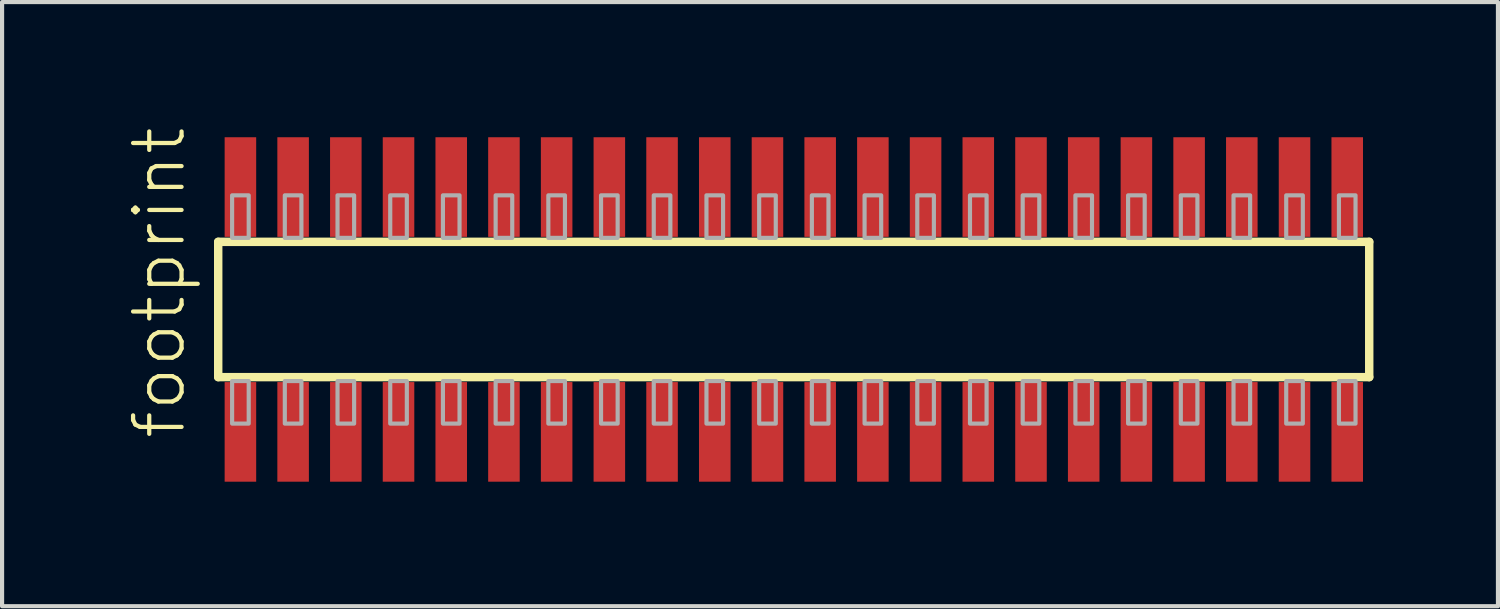
<source format=kicad_pcb>
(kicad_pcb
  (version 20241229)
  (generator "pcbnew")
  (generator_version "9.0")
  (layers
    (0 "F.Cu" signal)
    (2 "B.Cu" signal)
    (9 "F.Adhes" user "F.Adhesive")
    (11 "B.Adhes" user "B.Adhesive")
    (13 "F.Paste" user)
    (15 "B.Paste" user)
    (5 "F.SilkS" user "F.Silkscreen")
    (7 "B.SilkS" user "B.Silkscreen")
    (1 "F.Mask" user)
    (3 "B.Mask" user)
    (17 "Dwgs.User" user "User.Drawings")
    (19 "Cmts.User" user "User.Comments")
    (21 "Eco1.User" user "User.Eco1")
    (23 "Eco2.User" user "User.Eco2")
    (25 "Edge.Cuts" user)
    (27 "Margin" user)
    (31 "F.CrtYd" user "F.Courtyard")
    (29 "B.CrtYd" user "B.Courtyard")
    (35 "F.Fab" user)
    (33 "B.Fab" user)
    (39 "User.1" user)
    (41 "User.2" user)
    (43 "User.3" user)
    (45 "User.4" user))
  (footprint "footprint"
    (layer "F.Cu")
    (at 16.078 4.407)
    (property "Reference" "footprint" (at -14.605 3.175 90) (layer "F.SilkS") (effects (font (size 1.168 1.168) (thickness 0.102)) (justify left bottom)))
    (fp_line (start -13.87 -1.63) (end 13.865 -1.63) (stroke (width 0.203) (type solid)) (layer "F.SilkS"))
    (fp_line (start -13.87 1.63) (end -13.87 -1.63) (stroke (width 0.203) (type solid)) (layer "F.SilkS"))
    (fp_line (start 13.865 -1.63) (end 13.865 1.63) (stroke (width 0.203) (type solid)) (layer "F.SilkS"))
    (fp_line (start 13.865 1.63) (end -13.87 1.63) (stroke (width 0.203) (type solid)) (layer "F.SilkS"))
    (fp_poly (pts (xy -13.535 -1.725) (xy -13.135 -1.725) (xy -13.135 -2.75) (xy -13.535 -2.75)) (stroke (width 0.1) (type solid)) (fill no) (layer "F.Fab"))
    (fp_poly (pts (xy -13.135 1.725) (xy -13.535 1.725) (xy -13.535 2.75) (xy -13.135 2.75)) (stroke (width 0.1) (type solid)) (fill no) (layer "F.Fab"))
    (fp_poly (pts (xy -12.265 -1.725) (xy -11.865 -1.725) (xy -11.865 -2.75) (xy -12.265 -2.75)) (stroke (width 0.1) (type solid)) (fill no) (layer "F.Fab"))
    (fp_poly (pts (xy -11.865 1.725) (xy -12.265 1.725) (xy -12.265 2.75) (xy -11.865 2.75)) (stroke (width 0.1) (type solid)) (fill no) (layer "F.Fab"))
    (fp_poly (pts (xy -10.995 -1.725) (xy -10.595 -1.725) (xy -10.595 -2.75) (xy -10.995 -2.75)) (stroke (width 0.1) (type solid)) (fill no) (layer "F.Fab"))
    (fp_poly (pts (xy -10.595 1.725) (xy -10.995 1.725) (xy -10.995 2.75) (xy -10.595 2.75)) (stroke (width 0.1) (type solid)) (fill no) (layer "F.Fab"))
    (fp_poly (pts (xy -9.725 -1.725) (xy -9.325 -1.725) (xy -9.325 -2.75) (xy -9.725 -2.75)) (stroke (width 0.1) (type solid)) (fill no) (layer "F.Fab"))
    (fp_poly (pts (xy -9.325 1.725) (xy -9.725 1.725) (xy -9.725 2.75) (xy -9.325 2.75)) (stroke (width 0.1) (type solid)) (fill no) (layer "F.Fab"))
    (fp_poly (pts (xy -8.455 -1.725) (xy -8.055 -1.725) (xy -8.055 -2.75) (xy -8.455 -2.75)) (stroke (width 0.1) (type solid)) (fill no) (layer "F.Fab"))
    (fp_poly (pts (xy -8.055 1.725) (xy -8.455 1.725) (xy -8.455 2.75) (xy -8.055 2.75)) (stroke (width 0.1) (type solid)) (fill no) (layer "F.Fab"))
    (fp_poly (pts (xy -7.185 -1.725) (xy -6.785 -1.725) (xy -6.785 -2.75) (xy -7.185 -2.75)) (stroke (width 0.1) (type solid)) (fill no) (layer "F.Fab"))
    (fp_poly (pts (xy -6.785 1.725) (xy -7.185 1.725) (xy -7.185 2.75) (xy -6.785 2.75)) (stroke (width 0.1) (type solid)) (fill no) (layer "F.Fab"))
    (fp_poly (pts (xy -5.915 -1.725) (xy -5.515 -1.725) (xy -5.515 -2.75) (xy -5.915 -2.75)) (stroke (width 0.1) (type solid)) (fill no) (layer "F.Fab"))
    (fp_poly (pts (xy -5.515 1.725) (xy -5.915 1.725) (xy -5.915 2.75) (xy -5.515 2.75)) (stroke (width 0.1) (type solid)) (fill no) (layer "F.Fab"))
    (fp_poly (pts (xy -4.645 -1.725) (xy -4.245 -1.725) (xy -4.245 -2.75) (xy -4.645 -2.75)) (stroke (width 0.1) (type solid)) (fill no) (layer "F.Fab"))
    (fp_poly (pts (xy -4.245 1.725) (xy -4.645 1.725) (xy -4.645 2.75) (xy -4.245 2.75)) (stroke (width 0.1) (type solid)) (fill no) (layer "F.Fab"))
    (fp_poly (pts (xy -3.375 -1.725) (xy -2.975 -1.725) (xy -2.975 -2.75) (xy -3.375 -2.75)) (stroke (width 0.1) (type solid)) (fill no) (layer "F.Fab"))
    (fp_poly (pts (xy -2.975 1.725) (xy -3.375 1.725) (xy -3.375 2.75) (xy -2.975 2.75)) (stroke (width 0.1) (type solid)) (fill no) (layer "F.Fab"))
    (fp_poly (pts (xy -2.105 -1.725) (xy -1.705 -1.725) (xy -1.705 -2.75) (xy -2.105 -2.75)) (stroke (width 0.1) (type solid)) (fill no) (layer "F.Fab"))
    (fp_poly (pts (xy -1.705 1.725) (xy -2.105 1.725) (xy -2.105 2.75) (xy -1.705 2.75)) (stroke (width 0.1) (type solid)) (fill no) (layer "F.Fab"))
    (fp_poly (pts (xy -0.835 -1.725) (xy -0.435 -1.725) (xy -0.435 -2.75) (xy -0.835 -2.75)) (stroke (width 0.1) (type solid)) (fill no) (layer "F.Fab"))
    (fp_poly (pts (xy -0.435 1.725) (xy -0.835 1.725) (xy -0.835 2.75) (xy -0.435 2.75)) (stroke (width 0.1) (type solid)) (fill no) (layer "F.Fab"))
    (fp_poly (pts (xy 0.435 -1.725) (xy 0.835 -1.725) (xy 0.835 -2.75) (xy 0.435 -2.75)) (stroke (width 0.1) (type solid)) (fill no) (layer "F.Fab"))
    (fp_poly (pts (xy 0.835 1.725) (xy 0.435 1.725) (xy 0.435 2.75) (xy 0.835 2.75)) (stroke (width 0.1) (type solid)) (fill no) (layer "F.Fab"))
    (fp_poly (pts (xy 1.705 -1.725) (xy 2.105 -1.725) (xy 2.105 -2.75) (xy 1.705 -2.75)) (stroke (width 0.1) (type solid)) (fill no) (layer "F.Fab"))
    (fp_poly (pts (xy 2.105 1.725) (xy 1.705 1.725) (xy 1.705 2.75) (xy 2.105 2.75)) (stroke (width 0.1) (type solid)) (fill no) (layer "F.Fab"))
    (fp_poly (pts (xy 2.975 -1.725) (xy 3.375 -1.725) (xy 3.375 -2.75) (xy 2.975 -2.75)) (stroke (width 0.1) (type solid)) (fill no) (layer "F.Fab"))
    (fp_poly (pts (xy 3.375 1.725) (xy 2.975 1.725) (xy 2.975 2.75) (xy 3.375 2.75)) (stroke (width 0.1) (type solid)) (fill no) (layer "F.Fab"))
    (fp_poly (pts (xy 4.245 -1.725) (xy 4.645 -1.725) (xy 4.645 -2.75) (xy 4.245 -2.75)) (stroke (width 0.1) (type solid)) (fill no) (layer "F.Fab"))
    (fp_poly (pts (xy 4.645 1.725) (xy 4.245 1.725) (xy 4.245 2.75) (xy 4.645 2.75)) (stroke (width 0.1) (type solid)) (fill no) (layer "F.Fab"))
    (fp_poly (pts (xy 5.515 -1.725) (xy 5.915 -1.725) (xy 5.915 -2.75) (xy 5.515 -2.75)) (stroke (width 0.1) (type solid)) (fill no) (layer "F.Fab"))
    (fp_poly (pts (xy 5.915 1.725) (xy 5.515 1.725) (xy 5.515 2.75) (xy 5.915 2.75)) (stroke (width 0.1) (type solid)) (fill no) (layer "F.Fab"))
    (fp_poly (pts (xy 6.785 -1.725) (xy 7.185 -1.725) (xy 7.185 -2.75) (xy 6.785 -2.75)) (stroke (width 0.1) (type solid)) (fill no) (layer "F.Fab"))
    (fp_poly (pts (xy 7.185 1.725) (xy 6.785 1.725) (xy 6.785 2.75) (xy 7.185 2.75)) (stroke (width 0.1) (type solid)) (fill no) (layer "F.Fab"))
    (fp_poly (pts (xy 8.055 -1.725) (xy 8.455 -1.725) (xy 8.455 -2.75) (xy 8.055 -2.75)) (stroke (width 0.1) (type solid)) (fill no) (layer "F.Fab"))
    (fp_poly (pts (xy 8.455 1.725) (xy 8.055 1.725) (xy 8.055 2.75) (xy 8.455 2.75)) (stroke (width 0.1) (type solid)) (fill no) (layer "F.Fab"))
    (fp_poly (pts (xy 9.325 -1.725) (xy 9.725 -1.725) (xy 9.725 -2.75) (xy 9.325 -2.75)) (stroke (width 0.1) (type solid)) (fill no) (layer "F.Fab"))
    (fp_poly (pts (xy 9.725 1.725) (xy 9.325 1.725) (xy 9.325 2.75) (xy 9.725 2.75)) (stroke (width 0.1) (type solid)) (fill no) (layer "F.Fab"))
    (fp_poly (pts (xy 10.595 -1.725) (xy 10.995 -1.725) (xy 10.995 -2.75) (xy 10.595 -2.75)) (stroke (width 0.1) (type solid)) (fill no) (layer "F.Fab"))
    (fp_poly (pts (xy 10.995 1.725) (xy 10.595 1.725) (xy 10.595 2.75) (xy 10.995 2.75)) (stroke (width 0.1) (type solid)) (fill no) (layer "F.Fab"))
    (fp_poly (pts (xy 11.865 -1.725) (xy 12.265 -1.725) (xy 12.265 -2.75) (xy 11.865 -2.75)) (stroke (width 0.1) (type solid)) (fill no) (layer "F.Fab"))
    (fp_poly (pts (xy 12.265 1.725) (xy 11.865 1.725) (xy 11.865 2.75) (xy 12.265 2.75)) (stroke (width 0.1) (type solid)) (fill no) (layer "F.Fab"))
    (fp_poly (pts (xy 13.135 -1.725) (xy 13.535 -1.725) (xy 13.535 -2.75) (xy 13.135 -2.75)) (stroke (width 0.1) (type solid)) (fill no) (layer "F.Fab"))
    (fp_poly (pts (xy 13.535 1.725) (xy 13.135 1.725) (xy 13.135 2.75) (xy 13.535 2.75)) (stroke (width 0.1) (type solid)) (fill no) (layer "F.Fab"))
    (pad "1" smd rect (at -13.335 2.95) (size 0.76 2.4) (layers "F.Cu" "F.Mask" "F.Paste"))
    (pad "2" smd rect (at -13.335 -2.95) (size 0.76 2.4) (layers "F.Cu" "F.Mask" "F.Paste"))
    (pad "3" smd rect (at -12.065 2.95) (size 0.76 2.4) (layers "F.Cu" "F.Mask" "F.Paste"))
    (pad "4" smd rect (at -12.065 -2.95) (size 0.76 2.4) (layers "F.Cu" "F.Mask" "F.Paste"))
    (pad "5" smd rect (at -10.795 2.95) (size 0.76 2.4) (layers "F.Cu" "F.Mask" "F.Paste"))
    (pad "6" smd rect (at -10.795 -2.95) (size 0.76 2.4) (layers "F.Cu" "F.Mask" "F.Paste"))
    (pad "7" smd rect (at -9.525 2.95) (size 0.76 2.4) (layers "F.Cu" "F.Mask" "F.Paste"))
    (pad "8" smd rect (at -9.525 -2.95) (size 0.76 2.4) (layers "F.Cu" "F.Mask" "F.Paste"))
    (pad "9" smd rect (at -8.255 2.95) (size 0.76 2.4) (layers "F.Cu" "F.Mask" "F.Paste"))
    (pad "10" smd rect (at -8.255 -2.95) (size 0.76 2.4) (layers "F.Cu" "F.Mask" "F.Paste"))
    (pad "11" smd rect (at -6.985 2.95) (size 0.76 2.4) (layers "F.Cu" "F.Mask" "F.Paste"))
    (pad "12" smd rect (at -6.985 -2.95) (size 0.76 2.4) (layers "F.Cu" "F.Mask" "F.Paste"))
    (pad "13" smd rect (at -5.715 2.95) (size 0.76 2.4) (layers "F.Cu" "F.Mask" "F.Paste"))
    (pad "14" smd rect (at -5.715 -2.95) (size 0.76 2.4) (layers "F.Cu" "F.Mask" "F.Paste"))
    (pad "15" smd rect (at -4.445 2.95) (size 0.76 2.4) (layers "F.Cu" "F.Mask" "F.Paste"))
    (pad "16" smd rect (at -4.445 -2.95) (size 0.76 2.4) (layers "F.Cu" "F.Mask" "F.Paste"))
    (pad "17" smd rect (at -3.175 2.95) (size 0.76 2.4) (layers "F.Cu" "F.Mask" "F.Paste"))
    (pad "18" smd rect (at -3.175 -2.95) (size 0.76 2.4) (layers "F.Cu" "F.Mask" "F.Paste"))
    (pad "19" smd rect (at -1.905 2.95) (size 0.76 2.4) (layers "F.Cu" "F.Mask" "F.Paste"))
    (pad "20" smd rect (at -1.905 -2.95) (size 0.76 2.4) (layers "F.Cu" "F.Mask" "F.Paste"))
    (pad "21" smd rect (at -0.635 2.95) (size 0.76 2.4) (layers "F.Cu" "F.Mask" "F.Paste"))
    (pad "22" smd rect (at -0.635 -2.95) (size 0.76 2.4) (layers "F.Cu" "F.Mask" "F.Paste"))
    (pad "23" smd rect (at 0.635 2.95) (size 0.76 2.4) (layers "F.Cu" "F.Mask" "F.Paste"))
    (pad "24" smd rect (at 0.635 -2.95) (size 0.76 2.4) (layers "F.Cu" "F.Mask" "F.Paste"))
    (pad "25" smd rect (at 1.905 2.95) (size 0.76 2.4) (layers "F.Cu" "F.Mask" "F.Paste"))
    (pad "26" smd rect (at 1.905 -2.95) (size 0.76 2.4) (layers "F.Cu" "F.Mask" "F.Paste"))
    (pad "27" smd rect (at 3.175 2.95) (size 0.76 2.4) (layers "F.Cu" "F.Mask" "F.Paste"))
    (pad "28" smd rect (at 3.175 -2.95) (size 0.76 2.4) (layers "F.Cu" "F.Mask" "F.Paste"))
    (pad "29" smd rect (at 4.445 2.95) (size 0.76 2.4) (layers "F.Cu" "F.Mask" "F.Paste"))
    (pad "30" smd rect (at 4.445 -2.95) (size 0.76 2.4) (layers "F.Cu" "F.Mask" "F.Paste"))
    (pad "31" smd rect (at 5.715 2.95) (size 0.76 2.4) (layers "F.Cu" "F.Mask" "F.Paste"))
    (pad "32" smd rect (at 5.715 -2.95) (size 0.76 2.4) (layers "F.Cu" "F.Mask" "F.Paste"))
    (pad "33" smd rect (at 6.985 2.95) (size 0.76 2.4) (layers "F.Cu" "F.Mask" "F.Paste"))
    (pad "34" smd rect (at 6.985 -2.95) (size 0.76 2.4) (layers "F.Cu" "F.Mask" "F.Paste"))
    (pad "35" smd rect (at 8.255 2.95) (size 0.76 2.4) (layers "F.Cu" "F.Mask" "F.Paste"))
    (pad "36" smd rect (at 8.255 -2.95) (size 0.76 2.4) (layers "F.Cu" "F.Mask" "F.Paste"))
    (pad "37" smd rect (at 9.525 2.95) (size 0.76 2.4) (layers "F.Cu" "F.Mask" "F.Paste"))
    (pad "38" smd rect (at 9.525 -2.95) (size 0.76 2.4) (layers "F.Cu" "F.Mask" "F.Paste"))
    (pad "39" smd rect (at 10.795 2.95) (size 0.76 2.4) (layers "F.Cu" "F.Mask" "F.Paste"))
    (pad "40" smd rect (at 10.795 -2.95) (size 0.76 2.4) (layers "F.Cu" "F.Mask" "F.Paste"))
    (pad "41" smd rect (at 12.065 2.95) (size 0.76 2.4) (layers "F.Cu" "F.Mask" "F.Paste"))
    (pad "42" smd rect (at 12.065 -2.95) (size 0.76 2.4) (layers "F.Cu" "F.Mask" "F.Paste"))
    (pad "43" smd rect (at 13.335 2.95) (size 0.76 2.4) (layers "F.Cu" "F.Mask" "F.Paste"))
    (pad "44" smd rect (at 13.335 -2.95) (size 0.76 2.4) (layers "F.Cu" "F.Mask" "F.Paste")))
  (gr_rect
    (start -3 -3)
    (end 33.045 11.557)
    (stroke (width 0.1) (type default))
    (fill no)
    (layer "Edge.Cuts")))
</source>
